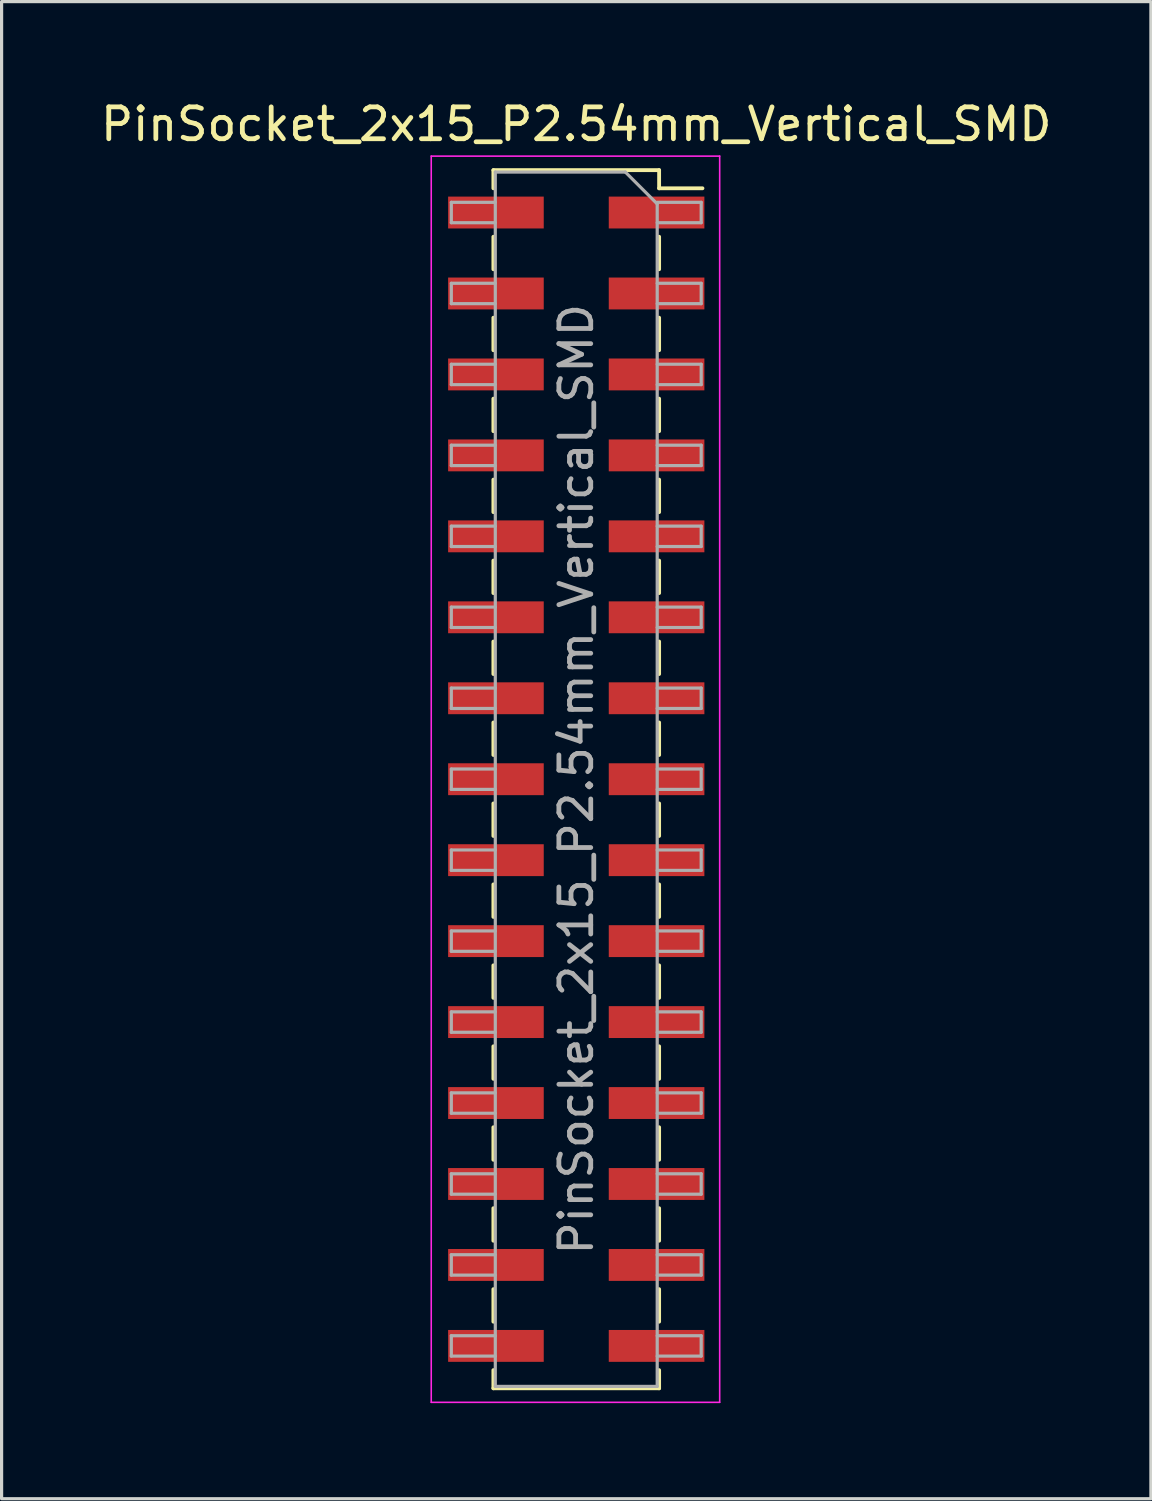
<source format=kicad_pcb>
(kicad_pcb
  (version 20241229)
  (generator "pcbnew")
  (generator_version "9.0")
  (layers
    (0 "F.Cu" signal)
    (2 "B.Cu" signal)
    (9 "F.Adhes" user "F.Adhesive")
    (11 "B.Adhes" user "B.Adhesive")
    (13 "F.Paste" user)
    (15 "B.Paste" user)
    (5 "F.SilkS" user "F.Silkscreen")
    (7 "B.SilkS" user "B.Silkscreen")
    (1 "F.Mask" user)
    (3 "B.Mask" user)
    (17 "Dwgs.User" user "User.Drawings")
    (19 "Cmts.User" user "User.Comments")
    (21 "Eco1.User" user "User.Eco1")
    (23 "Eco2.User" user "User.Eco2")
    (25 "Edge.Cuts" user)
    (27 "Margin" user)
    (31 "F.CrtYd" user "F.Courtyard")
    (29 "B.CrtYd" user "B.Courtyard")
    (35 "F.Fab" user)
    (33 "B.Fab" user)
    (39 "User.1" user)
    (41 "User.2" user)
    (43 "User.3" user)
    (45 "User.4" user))
  (footprint "PinSocket_2x15_P2.54mm_Vertical_SMD"
    (layer "F.Cu")
    (at 15.03 21.398)
    (property "Reference" "PinSocket_2x15_P2.54mm_Vertical_SMD" (at 0 -20.55 0) (layer "F.SilkS") (effects (font (size 1 1) (thickness 0.15))))
    (attr smd)
    (fp_line (start -2.6 -19.11) (end -2.6 -18.54) (stroke (width 0.12) (type solid)) (layer "F.SilkS"))
    (fp_line (start -2.6 -19.11) (end 2.6 -19.11) (stroke (width 0.12) (type solid)) (layer "F.SilkS"))
    (fp_line (start -2.6 -17.02) (end -2.6 -16) (stroke (width 0.12) (type solid)) (layer "F.SilkS"))
    (fp_line (start -2.6 -14.48) (end -2.6 -13.46) (stroke (width 0.12) (type solid)) (layer "F.SilkS"))
    (fp_line (start -2.6 -11.94) (end -2.6 -10.92) (stroke (width 0.12) (type solid)) (layer "F.SilkS"))
    (fp_line (start -2.6 -9.4) (end -2.6 -8.38) (stroke (width 0.12) (type solid)) (layer "F.SilkS"))
    (fp_line (start -2.6 -6.86) (end -2.6 -5.84) (stroke (width 0.12) (type solid)) (layer "F.SilkS"))
    (fp_line (start -2.6 -4.32) (end -2.6 -3.3) (stroke (width 0.12) (type solid)) (layer "F.SilkS"))
    (fp_line (start -2.6 -1.78) (end -2.6 -0.76) (stroke (width 0.12) (type solid)) (layer "F.SilkS"))
    (fp_line (start -2.6 0.76) (end -2.6 1.78) (stroke (width 0.12) (type solid)) (layer "F.SilkS"))
    (fp_line (start -2.6 3.3) (end -2.6 4.32) (stroke (width 0.12) (type solid)) (layer "F.SilkS"))
    (fp_line (start -2.6 5.84) (end -2.6 6.86) (stroke (width 0.12) (type solid)) (layer "F.SilkS"))
    (fp_line (start -2.6 8.38) (end -2.6 9.4) (stroke (width 0.12) (type solid)) (layer "F.SilkS"))
    (fp_line (start -2.6 10.92) (end -2.6 11.94) (stroke (width 0.12) (type solid)) (layer "F.SilkS"))
    (fp_line (start -2.6 13.46) (end -2.6 14.48) (stroke (width 0.12) (type solid)) (layer "F.SilkS"))
    (fp_line (start -2.6 16) (end -2.6 17.02) (stroke (width 0.12) (type solid)) (layer "F.SilkS"))
    (fp_line (start -2.6 18.54) (end -2.6 19.11) (stroke (width 0.12) (type solid)) (layer "F.SilkS"))
    (fp_line (start -2.6 19.11) (end 2.6 19.11) (stroke (width 0.12) (type solid)) (layer "F.SilkS"))
    (fp_line (start 2.6 -19.11) (end 2.6 -18.54) (stroke (width 0.12) (type solid)) (layer "F.SilkS"))
    (fp_line (start 2.6 -18.54) (end 3.96 -18.54) (stroke (width 0.12) (type solid)) (layer "F.SilkS"))
    (fp_line (start 2.6 -17.02) (end 2.6 -16) (stroke (width 0.12) (type solid)) (layer "F.SilkS"))
    (fp_line (start 2.6 -14.48) (end 2.6 -13.46) (stroke (width 0.12) (type solid)) (layer "F.SilkS"))
    (fp_line (start 2.6 -11.94) (end 2.6 -10.92) (stroke (width 0.12) (type solid)) (layer "F.SilkS"))
    (fp_line (start 2.6 -9.4) (end 2.6 -8.38) (stroke (width 0.12) (type solid)) (layer "F.SilkS"))
    (fp_line (start 2.6 -6.86) (end 2.6 -5.84) (stroke (width 0.12) (type solid)) (layer "F.SilkS"))
    (fp_line (start 2.6 -4.32) (end 2.6 -3.3) (stroke (width 0.12) (type solid)) (layer "F.SilkS"))
    (fp_line (start 2.6 -1.78) (end 2.6 -0.76) (stroke (width 0.12) (type solid)) (layer "F.SilkS"))
    (fp_line (start 2.6 0.76) (end 2.6 1.78) (stroke (width 0.12) (type solid)) (layer "F.SilkS"))
    (fp_line (start 2.6 3.3) (end 2.6 4.32) (stroke (width 0.12) (type solid)) (layer "F.SilkS"))
    (fp_line (start 2.6 5.84) (end 2.6 6.86) (stroke (width 0.12) (type solid)) (layer "F.SilkS"))
    (fp_line (start 2.6 8.38) (end 2.6 9.4) (stroke (width 0.12) (type solid)) (layer "F.SilkS"))
    (fp_line (start 2.6 10.92) (end 2.6 11.94) (stroke (width 0.12) (type solid)) (layer "F.SilkS"))
    (fp_line (start 2.6 13.46) (end 2.6 14.48) (stroke (width 0.12) (type solid)) (layer "F.SilkS"))
    (fp_line (start 2.6 16) (end 2.6 17.02) (stroke (width 0.12) (type solid)) (layer "F.SilkS"))
    (fp_line (start 2.6 18.54) (end 2.6 19.11) (stroke (width 0.12) (type solid)) (layer "F.SilkS"))
    (fp_line (start -4.55 -19.55) (end 4.5 -19.55) (stroke (width 0.05) (type solid)) (layer "F.CrtYd"))
    (fp_line (start -4.55 19.55) (end -4.55 -19.55) (stroke (width 0.05) (type solid)) (layer "F.CrtYd"))
    (fp_line (start 4.5 -19.55) (end 4.5 19.55) (stroke (width 0.05) (type solid)) (layer "F.CrtYd"))
    (fp_line (start 4.5 19.55) (end -4.55 19.55) (stroke (width 0.05) (type solid)) (layer "F.CrtYd"))
    (fp_line (start -3.92 -18.1) (end -2.54 -18.1) (stroke (width 0.1) (type solid)) (layer "F.Fab"))
    (fp_line (start -3.92 -17.46) (end -3.92 -18.1) (stroke (width 0.1) (type solid)) (layer "F.Fab"))
    (fp_line (start -3.92 -15.56) (end -2.54 -15.56) (stroke (width 0.1) (type solid)) (layer "F.Fab"))
    (fp_line (start -3.92 -14.92) (end -3.92 -15.56) (stroke (width 0.1) (type solid)) (layer "F.Fab"))
    (fp_line (start -3.92 -13.02) (end -2.54 -13.02) (stroke (width 0.1) (type solid)) (layer "F.Fab"))
    (fp_line (start -3.92 -12.38) (end -3.92 -13.02) (stroke (width 0.1) (type solid)) (layer "F.Fab"))
    (fp_line (start -3.92 -10.48) (end -2.54 -10.48) (stroke (width 0.1) (type solid)) (layer "F.Fab"))
    (fp_line (start -3.92 -9.84) (end -3.92 -10.48) (stroke (width 0.1) (type solid)) (layer "F.Fab"))
    (fp_line (start -3.92 -7.94) (end -2.54 -7.94) (stroke (width 0.1) (type solid)) (layer "F.Fab"))
    (fp_line (start -3.92 -7.3) (end -3.92 -7.94) (stroke (width 0.1) (type solid)) (layer "F.Fab"))
    (fp_line (start -3.92 -5.4) (end -2.54 -5.4) (stroke (width 0.1) (type solid)) (layer "F.Fab"))
    (fp_line (start -3.92 -4.76) (end -3.92 -5.4) (stroke (width 0.1) (type solid)) (layer "F.Fab"))
    (fp_line (start -3.92 -2.86) (end -2.54 -2.86) (stroke (width 0.1) (type solid)) (layer "F.Fab"))
    (fp_line (start -3.92 -2.22) (end -3.92 -2.86) (stroke (width 0.1) (type solid)) (layer "F.Fab"))
    (fp_line (start -3.92 -0.32) (end -2.54 -0.32) (stroke (width 0.1) (type solid)) (layer "F.Fab"))
    (fp_line (start -3.92 0.32) (end -3.92 -0.32) (stroke (width 0.1) (type solid)) (layer "F.Fab"))
    (fp_line (start -3.92 2.22) (end -2.54 2.22) (stroke (width 0.1) (type solid)) (layer "F.Fab"))
    (fp_line (start -3.92 2.86) (end -3.92 2.22) (stroke (width 0.1) (type solid)) (layer "F.Fab"))
    (fp_line (start -3.92 4.76) (end -2.54 4.76) (stroke (width 0.1) (type solid)) (layer "F.Fab"))
    (fp_line (start -3.92 5.4) (end -3.92 4.76) (stroke (width 0.1) (type solid)) (layer "F.Fab"))
    (fp_line (start -3.92 7.3) (end -2.54 7.3) (stroke (width 0.1) (type solid)) (layer "F.Fab"))
    (fp_line (start -3.92 7.94) (end -3.92 7.3) (stroke (width 0.1) (type solid)) (layer "F.Fab"))
    (fp_line (start -3.92 9.84) (end -2.54 9.84) (stroke (width 0.1) (type solid)) (layer "F.Fab"))
    (fp_line (start -3.92 10.48) (end -3.92 9.84) (stroke (width 0.1) (type solid)) (layer "F.Fab"))
    (fp_line (start -3.92 12.38) (end -2.54 12.38) (stroke (width 0.1) (type solid)) (layer "F.Fab"))
    (fp_line (start -3.92 13.02) (end -3.92 12.38) (stroke (width 0.1) (type solid)) (layer "F.Fab"))
    (fp_line (start -3.92 14.92) (end -2.54 14.92) (stroke (width 0.1) (type solid)) (layer "F.Fab"))
    (fp_line (start -3.92 15.56) (end -3.92 14.92) (stroke (width 0.1) (type solid)) (layer "F.Fab"))
    (fp_line (start -3.92 17.46) (end -2.54 17.46) (stroke (width 0.1) (type solid)) (layer "F.Fab"))
    (fp_line (start -3.92 18.1) (end -3.92 17.46) (stroke (width 0.1) (type solid)) (layer "F.Fab"))
    (fp_line (start -2.54 -19.05) (end 1.54 -19.05) (stroke (width 0.1) (type solid)) (layer "F.Fab"))
    (fp_line (start -2.54 -17.46) (end -3.92 -17.46) (stroke (width 0.1) (type solid)) (layer "F.Fab"))
    (fp_line (start -2.54 -14.92) (end -3.92 -14.92) (stroke (width 0.1) (type solid)) (layer "F.Fab"))
    (fp_line (start -2.54 -12.38) (end -3.92 -12.38) (stroke (width 0.1) (type solid)) (layer "F.Fab"))
    (fp_line (start -2.54 -9.84) (end -3.92 -9.84) (stroke (width 0.1) (type solid)) (layer "F.Fab"))
    (fp_line (start -2.54 -7.3) (end -3.92 -7.3) (stroke (width 0.1) (type solid)) (layer "F.Fab"))
    (fp_line (start -2.54 -4.76) (end -3.92 -4.76) (stroke (width 0.1) (type solid)) (layer "F.Fab"))
    (fp_line (start -2.54 -2.22) (end -3.92 -2.22) (stroke (width 0.1) (type solid)) (layer "F.Fab"))
    (fp_line (start -2.54 0.32) (end -3.92 0.32) (stroke (width 0.1) (type solid)) (layer "F.Fab"))
    (fp_line (start -2.54 2.86) (end -3.92 2.86) (stroke (width 0.1) (type solid)) (layer "F.Fab"))
    (fp_line (start -2.54 5.4) (end -3.92 5.4) (stroke (width 0.1) (type solid)) (layer "F.Fab"))
    (fp_line (start -2.54 7.94) (end -3.92 7.94) (stroke (width 0.1) (type solid)) (layer "F.Fab"))
    (fp_line (start -2.54 10.48) (end -3.92 10.48) (stroke (width 0.1) (type solid)) (layer "F.Fab"))
    (fp_line (start -2.54 13.02) (end -3.92 13.02) (stroke (width 0.1) (type solid)) (layer "F.Fab"))
    (fp_line (start -2.54 15.56) (end -3.92 15.56) (stroke (width 0.1) (type solid)) (layer "F.Fab"))
    (fp_line (start -2.54 18.1) (end -3.92 18.1) (stroke (width 0.1) (type solid)) (layer "F.Fab"))
    (fp_line (start -2.54 19.05) (end -2.54 -19.05) (stroke (width 0.1) (type solid)) (layer "F.Fab"))
    (fp_line (start 1.54 -19.05) (end 2.54 -18.05) (stroke (width 0.1) (type solid)) (layer "F.Fab"))
    (fp_line (start 2.54 -18.1) (end 3.92 -18.1) (stroke (width 0.1) (type solid)) (layer "F.Fab"))
    (fp_line (start 2.54 -18.05) (end 2.54 19.05) (stroke (width 0.1) (type solid)) (layer "F.Fab"))
    (fp_line (start 2.54 -15.56) (end 3.92 -15.56) (stroke (width 0.1) (type solid)) (layer "F.Fab"))
    (fp_line (start 2.54 -13.02) (end 3.92 -13.02) (stroke (width 0.1) (type solid)) (layer "F.Fab"))
    (fp_line (start 2.54 -10.48) (end 3.92 -10.48) (stroke (width 0.1) (type solid)) (layer "F.Fab"))
    (fp_line (start 2.54 -7.94) (end 3.92 -7.94) (stroke (width 0.1) (type solid)) (layer "F.Fab"))
    (fp_line (start 2.54 -5.4) (end 3.92 -5.4) (stroke (width 0.1) (type solid)) (layer "F.Fab"))
    (fp_line (start 2.54 -2.86) (end 3.92 -2.86) (stroke (width 0.1) (type solid)) (layer "F.Fab"))
    (fp_line (start 2.54 -0.32) (end 3.92 -0.32) (stroke (width 0.1) (type solid)) (layer "F.Fab"))
    (fp_line (start 2.54 2.22) (end 3.92 2.22) (stroke (width 0.1) (type solid)) (layer "F.Fab"))
    (fp_line (start 2.54 4.76) (end 3.92 4.76) (stroke (width 0.1) (type solid)) (layer "F.Fab"))
    (fp_line (start 2.54 7.3) (end 3.92 7.3) (stroke (width 0.1) (type solid)) (layer "F.Fab"))
    (fp_line (start 2.54 9.84) (end 3.92 9.84) (stroke (width 0.1) (type solid)) (layer "F.Fab"))
    (fp_line (start 2.54 12.38) (end 3.92 12.38) (stroke (width 0.1) (type solid)) (layer "F.Fab"))
    (fp_line (start 2.54 14.92) (end 3.92 14.92) (stroke (width 0.1) (type solid)) (layer "F.Fab"))
    (fp_line (start 2.54 17.46) (end 3.92 17.46) (stroke (width 0.1) (type solid)) (layer "F.Fab"))
    (fp_line (start 2.54 19.05) (end -2.54 19.05) (stroke (width 0.1) (type solid)) (layer "F.Fab"))
    (fp_line (start 3.92 -18.1) (end 3.92 -17.46) (stroke (width 0.1) (type solid)) (layer "F.Fab"))
    (fp_line (start 3.92 -17.46) (end 2.54 -17.46) (stroke (width 0.1) (type solid)) (layer "F.Fab"))
    (fp_line (start 3.92 -15.56) (end 3.92 -14.92) (stroke (width 0.1) (type solid)) (layer "F.Fab"))
    (fp_line (start 3.92 -14.92) (end 2.54 -14.92) (stroke (width 0.1) (type solid)) (layer "F.Fab"))
    (fp_line (start 3.92 -13.02) (end 3.92 -12.38) (stroke (width 0.1) (type solid)) (layer "F.Fab"))
    (fp_line (start 3.92 -12.38) (end 2.54 -12.38) (stroke (width 0.1) (type solid)) (layer "F.Fab"))
    (fp_line (start 3.92 -10.48) (end 3.92 -9.84) (stroke (width 0.1) (type solid)) (layer "F.Fab"))
    (fp_line (start 3.92 -9.84) (end 2.54 -9.84) (stroke (width 0.1) (type solid)) (layer "F.Fab"))
    (fp_line (start 3.92 -7.94) (end 3.92 -7.3) (stroke (width 0.1) (type solid)) (layer "F.Fab"))
    (fp_line (start 3.92 -7.3) (end 2.54 -7.3) (stroke (width 0.1) (type solid)) (layer "F.Fab"))
    (fp_line (start 3.92 -5.4) (end 3.92 -4.76) (stroke (width 0.1) (type solid)) (layer "F.Fab"))
    (fp_line (start 3.92 -4.76) (end 2.54 -4.76) (stroke (width 0.1) (type solid)) (layer "F.Fab"))
    (fp_line (start 3.92 -2.86) (end 3.92 -2.22) (stroke (width 0.1) (type solid)) (layer "F.Fab"))
    (fp_line (start 3.92 -2.22) (end 2.54 -2.22) (stroke (width 0.1) (type solid)) (layer "F.Fab"))
    (fp_line (start 3.92 -0.32) (end 3.92 0.32) (stroke (width 0.1) (type solid)) (layer "F.Fab"))
    (fp_line (start 3.92 0.32) (end 2.54 0.32) (stroke (width 0.1) (type solid)) (layer "F.Fab"))
    (fp_line (start 3.92 2.22) (end 3.92 2.86) (stroke (width 0.1) (type solid)) (layer "F.Fab"))
    (fp_line (start 3.92 2.86) (end 2.54 2.86) (stroke (width 0.1) (type solid)) (layer "F.Fab"))
    (fp_line (start 3.92 4.76) (end 3.92 5.4) (stroke (width 0.1) (type solid)) (layer "F.Fab"))
    (fp_line (start 3.92 5.4) (end 2.54 5.4) (stroke (width 0.1) (type solid)) (layer "F.Fab"))
    (fp_line (start 3.92 7.3) (end 3.92 7.94) (stroke (width 0.1) (type solid)) (layer "F.Fab"))
    (fp_line (start 3.92 7.94) (end 2.54 7.94) (stroke (width 0.1) (type solid)) (layer "F.Fab"))
    (fp_line (start 3.92 9.84) (end 3.92 10.48) (stroke (width 0.1) (type solid)) (layer "F.Fab"))
    (fp_line (start 3.92 10.48) (end 2.54 10.48) (stroke (width 0.1) (type solid)) (layer "F.Fab"))
    (fp_line (start 3.92 12.38) (end 3.92 13.02) (stroke (width 0.1) (type solid)) (layer "F.Fab"))
    (fp_line (start 3.92 13.02) (end 2.54 13.02) (stroke (width 0.1) (type solid)) (layer "F.Fab"))
    (fp_line (start 3.92 14.92) (end 3.92 15.56) (stroke (width 0.1) (type solid)) (layer "F.Fab"))
    (fp_line (start 3.92 15.56) (end 2.54 15.56) (stroke (width 0.1) (type solid)) (layer "F.Fab"))
    (fp_line (start 3.92 17.46) (end 3.92 18.1) (stroke (width 0.1) (type solid)) (layer "F.Fab"))
    (fp_line (start 3.92 18.1) (end 2.54 18.1) (stroke (width 0.1) (type solid)) (layer "F.Fab"))
    (fp_text user "${REFERENCE}" (at 0 0 90) (layer "F.Fab") (effects (font (size 1 1) (thickness 0.15))))
    (pad "1" smd rect (at 2.52 -17.78) (size 3 1) (layers "F.Cu" "F.Mask" "F.Paste"))
    (pad "2" smd rect (at -2.52 -17.78) (size 3 1) (layers "F.Cu" "F.Mask" "F.Paste"))
    (pad "3" smd rect (at 2.52 -15.24) (size 3 1) (layers "F.Cu" "F.Mask" "F.Paste"))
    (pad "4" smd rect (at -2.52 -15.24) (size 3 1) (layers "F.Cu" "F.Mask" "F.Paste"))
    (pad "5" smd rect (at 2.52 -12.7) (size 3 1) (layers "F.Cu" "F.Mask" "F.Paste"))
    (pad "6" smd rect (at -2.52 -12.7) (size 3 1) (layers "F.Cu" "F.Mask" "F.Paste"))
    (pad "7" smd rect (at 2.52 -10.16) (size 3 1) (layers "F.Cu" "F.Mask" "F.Paste"))
    (pad "8" smd rect (at -2.52 -10.16) (size 3 1) (layers "F.Cu" "F.Mask" "F.Paste"))
    (pad "9" smd rect (at 2.52 -7.62) (size 3 1) (layers "F.Cu" "F.Mask" "F.Paste"))
    (pad "10" smd rect (at -2.52 -7.62) (size 3 1) (layers "F.Cu" "F.Mask" "F.Paste"))
    (pad "11" smd rect (at 2.52 -5.08) (size 3 1) (layers "F.Cu" "F.Mask" "F.Paste"))
    (pad "12" smd rect (at -2.52 -5.08) (size 3 1) (layers "F.Cu" "F.Mask" "F.Paste"))
    (pad "13" smd rect (at 2.52 -2.54) (size 3 1) (layers "F.Cu" "F.Mask" "F.Paste"))
    (pad "14" smd rect (at -2.52 -2.54) (size 3 1) (layers "F.Cu" "F.Mask" "F.Paste"))
    (pad "15" smd rect (at 2.52 0) (size 3 1) (layers "F.Cu" "F.Mask" "F.Paste"))
    (pad "16" smd rect (at -2.52 0) (size 3 1) (layers "F.Cu" "F.Mask" "F.Paste"))
    (pad "17" smd rect (at 2.52 2.54) (size 3 1) (layers "F.Cu" "F.Mask" "F.Paste"))
    (pad "18" smd rect (at -2.52 2.54) (size 3 1) (layers "F.Cu" "F.Mask" "F.Paste"))
    (pad "19" smd rect (at 2.52 5.08) (size 3 1) (layers "F.Cu" "F.Mask" "F.Paste"))
    (pad "20" smd rect (at -2.52 5.08) (size 3 1) (layers "F.Cu" "F.Mask" "F.Paste"))
    (pad "21" smd rect (at 2.52 7.62) (size 3 1) (layers "F.Cu" "F.Mask" "F.Paste"))
    (pad "22" smd rect (at -2.52 7.62) (size 3 1) (layers "F.Cu" "F.Mask" "F.Paste"))
    (pad "23" smd rect (at 2.52 10.16) (size 3 1) (layers "F.Cu" "F.Mask" "F.Paste"))
    (pad "24" smd rect (at -2.52 10.16) (size 3 1) (layers "F.Cu" "F.Mask" "F.Paste"))
    (pad "25" smd rect (at 2.52 12.7) (size 3 1) (layers "F.Cu" "F.Mask" "F.Paste"))
    (pad "26" smd rect (at -2.52 12.7) (size 3 1) (layers "F.Cu" "F.Mask" "F.Paste"))
    (pad "27" smd rect (at 2.52 15.24) (size 3 1) (layers "F.Cu" "F.Mask" "F.Paste"))
    (pad "28" smd rect (at -2.52 15.24) (size 3 1) (layers "F.Cu" "F.Mask" "F.Paste"))
    (pad "29" smd rect (at 2.52 17.78) (size 3 1) (layers "F.Cu" "F.Mask" "F.Paste"))
    (pad "30" smd rect (at -2.52 17.78) (size 3 1) (layers "F.Cu" "F.Mask" "F.Paste")))
  (gr_rect
    (start -3 -3)
    (end 33.06 43.973)
    (stroke (width 0.1) (type default))
    (fill no)
    (layer "Edge.Cuts")))
</source>
